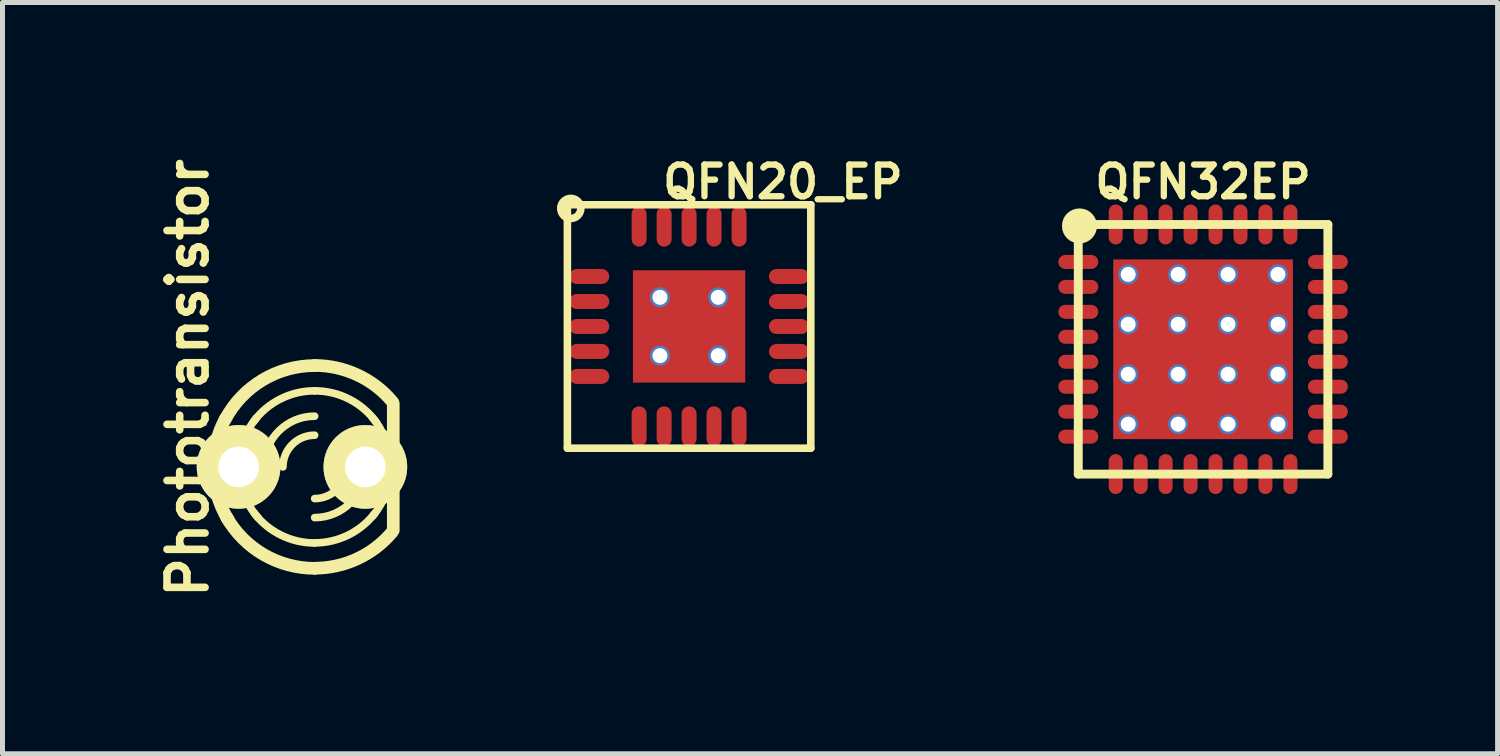
<source format=kicad_pcb>
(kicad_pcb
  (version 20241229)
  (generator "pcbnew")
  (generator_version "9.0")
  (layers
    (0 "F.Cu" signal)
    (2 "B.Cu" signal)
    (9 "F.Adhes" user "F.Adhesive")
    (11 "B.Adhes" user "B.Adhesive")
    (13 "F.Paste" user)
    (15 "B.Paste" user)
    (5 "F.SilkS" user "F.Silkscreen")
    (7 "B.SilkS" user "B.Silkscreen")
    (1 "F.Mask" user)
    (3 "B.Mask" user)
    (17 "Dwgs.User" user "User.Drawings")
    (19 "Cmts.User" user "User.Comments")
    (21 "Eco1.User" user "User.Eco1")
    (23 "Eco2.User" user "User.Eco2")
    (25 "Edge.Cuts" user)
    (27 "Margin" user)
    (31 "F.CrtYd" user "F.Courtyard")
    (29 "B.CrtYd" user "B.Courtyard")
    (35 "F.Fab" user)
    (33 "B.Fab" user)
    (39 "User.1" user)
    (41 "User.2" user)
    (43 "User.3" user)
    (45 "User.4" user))
  (footprint "QFN32EP"
    (layer "F.Cu")
    (at 21.05 3.947)
    (property "Reference" "QFN32EP" (at 0 -3.353 0) (layer "F.SilkS") (effects (font (size 0.635 0.635) (thickness 0.127))))
    (attr smd)
    (fp_line (start -2.5 -2.5) (end 2.5 -2.5) (stroke (width 0.178) (type solid)) (layer "F.SilkS"))
    (fp_line (start -2.5 2.5) (end -2.5 -2.5) (stroke (width 0.178) (type solid)) (layer "F.SilkS"))
    (fp_line (start 2.5 -2.5) (end 2.5 2.5) (stroke (width 0.178) (type solid)) (layer "F.SilkS"))
    (fp_line (start 2.5 2.5) (end -2.5 2.5) (stroke (width 0.178) (type solid)) (layer "F.SilkS"))
    (fp_circle (center -2.476 -2.471) (end -2.476 -2.27) (stroke (width 0.3) (type solid)) (fill no) (layer "F.SilkS"))
    (pad "" smd circle (at -1 -1 270) (size 0.762 0.762) (layers "F.Paste"))
    (pad "" smd circle (at -1 0 270) (size 0.762 0.762) (layers "F.Paste"))
    (pad "" smd circle (at -1 1 270) (size 0.762 0.762) (layers "F.Paste"))
    (pad "" smd circle (at 0 -1 270) (size 0.762 0.762) (layers "F.Paste"))
    (pad "" smd circle (at 0 0 270) (size 0.762 0.762) (layers "F.Paste"))
    (pad "" smd circle (at 0 1 270) (size 0.762 0.762) (layers "F.Paste"))
    (pad "" smd circle (at 1 -1 270) (size 0.762 0.762) (layers "F.Paste"))
    (pad "" smd circle (at 1 0 270) (size 0.762 0.762) (layers "F.Paste"))
    (pad "" smd circle (at 1 1 270) (size 0.762 0.762) (layers "F.Paste"))
    (pad "1" smd oval (at -2.5 -1.75) (size 0.8 0.28) (layers "F.Cu" "F.Mask" "F.Paste"))
    (pad "2" smd oval (at -2.5 -1.25) (size 0.8 0.28) (layers "F.Cu" "F.Mask" "F.Paste"))
    (pad "3" smd oval (at -2.5 -0.75) (size 0.8 0.28) (layers "F.Cu" "F.Mask" "F.Paste"))
    (pad "4" smd oval (at -2.5 -0.25) (size 0.8 0.28) (layers "F.Cu" "F.Mask" "F.Paste"))
    (pad "5" smd oval (at -2.5 0.25) (size 0.8 0.28) (layers "F.Cu" "F.Mask" "F.Paste"))
    (pad "6" smd oval (at -2.5 0.75) (size 0.8 0.28) (layers "F.Cu" "F.Mask" "F.Paste"))
    (pad "7" smd oval (at -2.5 1.25) (size 0.8 0.28) (layers "F.Cu" "F.Mask" "F.Paste"))
    (pad "8" smd oval (at -2.5 1.75) (size 0.8 0.28) (layers "F.Cu" "F.Mask" "F.Paste"))
    (pad "9" smd oval (at -1.75 2.5 90) (size 0.8 0.28) (layers "F.Cu" "F.Mask" "F.Paste"))
    (pad "10" smd oval (at -1.25 2.5 90) (size 0.8 0.28) (layers "F.Cu" "F.Mask" "F.Paste"))
    (pad "11" smd oval (at -0.75 2.5 90) (size 0.8 0.28) (layers "F.Cu" "F.Mask" "F.Paste"))
    (pad "12" smd oval (at -0.25 2.5 90) (size 0.8 0.28) (layers "F.Cu" "F.Mask" "F.Paste"))
    (pad "13" smd oval (at 0.25 2.5 90) (size 0.8 0.28) (layers "F.Cu" "F.Mask" "F.Paste"))
    (pad "14" smd oval (at 0.75 2.5 90) (size 0.8 0.28) (layers "F.Cu" "F.Mask" "F.Paste"))
    (pad "15" smd oval (at 1.25 2.5 90) (size 0.8 0.28) (layers "F.Cu" "F.Mask" "F.Paste"))
    (pad "16" smd oval (at 1.75 2.5 90) (size 0.8 0.28) (layers "F.Cu" "F.Mask" "F.Paste"))
    (pad "17" smd oval (at 2.5 1.75 180) (size 0.8 0.28) (layers "F.Cu" "F.Mask" "F.Paste"))
    (pad "18" smd oval (at 2.5 1.25 180) (size 0.8 0.28) (layers "F.Cu" "F.Mask" "F.Paste"))
    (pad "19" smd oval (at 2.5 0.75 180) (size 0.8 0.28) (layers "F.Cu" "F.Mask" "F.Paste"))
    (pad "20" smd oval (at 2.5 0.25 180) (size 0.8 0.28) (layers "F.Cu" "F.Mask" "F.Paste"))
    (pad "21" smd oval (at 2.5 -0.25 180) (size 0.8 0.28) (layers "F.Cu" "F.Mask" "F.Paste"))
    (pad "22" smd oval (at 2.5 -0.75 180) (size 0.8 0.28) (layers "F.Cu" "F.Mask" "F.Paste"))
    (pad "23" smd oval (at 2.5 -1.25 180) (size 0.8 0.28) (layers "F.Cu" "F.Mask" "F.Paste"))
    (pad "24" smd oval (at 2.5 -1.75 180) (size 0.8 0.28) (layers "F.Cu" "F.Mask" "F.Paste"))
    (pad "25" smd oval (at 1.75 -2.5 270) (size 0.8 0.28) (layers "F.Cu" "F.Mask" "F.Paste"))
    (pad "26" smd oval (at 1.25 -2.5 270) (size 0.8 0.28) (layers "F.Cu" "F.Mask" "F.Paste"))
    (pad "27" smd oval (at 0.75 -2.5 270) (size 0.8 0.28) (layers "F.Cu" "F.Mask" "F.Paste"))
    (pad "28" smd oval (at 0.25 -2.5 270) (size 0.8 0.28) (layers "F.Cu" "F.Mask" "F.Paste"))
    (pad "29" smd oval (at -0.25 -2.5 270) (size 0.8 0.28) (layers "F.Cu" "F.Mask" "F.Paste"))
    (pad "30" smd oval (at -0.75 -2.5 270) (size 0.8 0.28) (layers "F.Cu" "F.Mask" "F.Paste"))
    (pad "31" smd oval (at -1.25 -2.5 270) (size 0.8 0.28) (layers "F.Cu" "F.Mask" "F.Paste"))
    (pad "32" smd oval (at -1.75 -2.5 270) (size 0.8 0.28) (layers "F.Cu" "F.Mask" "F.Paste"))
    (pad "EP" thru_hole circle (at -1.5 -1.5 90) (size 0.399 0.399) (drill 0.3) (layers "*.Cu"))
    (pad "EP" thru_hole circle (at -1.5 -0.5 90) (size 0.399 0.399) (drill 0.3) (layers "*.Cu"))
    (pad "EP" thru_hole circle (at -1.5 0.5 90) (size 0.399 0.399) (drill 0.3) (layers "*.Cu"))
    (pad "EP" thru_hole circle (at -1.5 1.5 90) (size 0.399 0.399) (drill 0.3) (layers "*.Cu"))
    (pad "EP" thru_hole circle (at -0.5 -1.5 90) (size 0.399 0.399) (drill 0.3) (layers "*.Cu"))
    (pad "EP" thru_hole circle (at -0.5 -0.5 90) (size 0.399 0.399) (drill 0.3) (layers "*.Cu"))
    (pad "EP" thru_hole circle (at -0.5 0.5 90) (size 0.399 0.399) (drill 0.3) (layers "*.Cu"))
    (pad "EP" thru_hole circle (at -0.5 1.5 90) (size 0.399 0.399) (drill 0.3) (layers "*.Cu"))
    (pad "EP" smd rect (at 0 0 270) (size 3.6 3.6) (layers "F.Cu" "F.Mask"))
    (pad "EP" thru_hole circle (at 0.5 -1.5 90) (size 0.399 0.399) (drill 0.3) (layers "*.Cu"))
    (pad "EP" thru_hole circle (at 0.5 -0.5 90) (size 0.399 0.399) (drill 0.3) (layers "*.Cu"))
    (pad "EP" thru_hole circle (at 0.5 0.5 90) (size 0.399 0.399) (drill 0.3) (layers "*.Cu"))
    (pad "EP" thru_hole circle (at 0.5 1.5 90) (size 0.399 0.399) (drill 0.3) (layers "*.Cu"))
    (pad "EP" thru_hole circle (at 1.5 -1.5 90) (size 0.399 0.399) (drill 0.3) (layers "*.Cu"))
    (pad "EP" thru_hole circle (at 1.5 -0.5 90) (size 0.399 0.399) (drill 0.3) (layers "*.Cu"))
    (pad "EP" thru_hole circle (at 1.5 0.5 90) (size 0.399 0.399) (drill 0.3) (layers "*.Cu"))
    (pad "EP" thru_hole circle (at 1.5 1.5 90) (size 0.399 0.399) (drill 0.3) (layers "*.Cu")))
  (footprint "Phototransistor"
    (layer "F.Cu")
    (at 2.999 6.303)
    (property "Reference" "Phototransistor" (at -2.286 -1.778 90) (layer "F.SilkS") (effects (font (size 0.762 0.762) (thickness 0.152))))
    (attr through_hole)
    (fp_line (start 1.829 1.27) (end 1.829 -1.27) (stroke (width 0.254) (type solid)) (layer "F.SilkS"))
    (fp_arc (start -1.778 0) (mid -1.716347 -0.496745) (end -1.53513 -0.963347) (stroke (width 0.254) (type solid)) (layer "F.SilkS"))
    (fp_arc (start -1.5367 -0.95504) (mid -0.790567 -1.739997) (end 0.253025 -2.02946) (stroke (width 0.254) (type solid)) (layer "F.SilkS"))
    (fp_arc (start -1.47574 1.06426) (mid -1.700164 0.553076) (end -1.776923 0.0001) (stroke (width 0.254) (type solid)) (layer "F.SilkS"))
    (fp_arc (start -1.27 0) (mid -1.178999 -0.518738) (end -0.916864 -0.975527) (stroke (width 0.1524) (type solid)) (layer "F.SilkS"))
    (fp_arc (start -0.9652 -0.9144) (mid -0.427912 -1.362928) (end 0.253199 -1.524) (stroke (width 0.1524) (type solid)) (layer "F.SilkS"))
    (fp_arc (start -0.88392 1.01092) (mid -1.168742 0.540951) (end -1.268111 0.000469) (stroke (width 0.1524) (type solid)) (layer "F.SilkS"))
    (fp_arc (start -0.762 0) (mid -0.46442 -0.71842) (end 0.254 -1.016) (stroke (width 0.1524) (type solid)) (layer "F.SilkS"))
    (fp_arc (start -0.381 0) (mid -0.195013 -0.449013) (end 0.254 -0.635) (stroke (width 0.1524) (type solid)) (layer "F.SilkS"))
    (fp_arc (start 0.254 -2.032) (mid 1.114367 -1.840867) (end 1.81288 -1.303426) (stroke (width 0.254) (type solid)) (layer "F.SilkS"))
    (fp_arc (start 0.254 -1.524) (mid 0.950618 -1.35547) (end 1.493166 -0.887155) (stroke (width 0.1524) (type solid)) (layer "F.SilkS"))
    (fp_arc (start 0.254 1.524) (mid -0.415273 1.369179) (end -0.948564 0.936171) (stroke (width 0.1524) (type solid)) (layer "F.SilkS"))
    (fp_arc (start 0.254 2.032) (mid -0.76507 1.757988) (end -1.509299 1.009851) (stroke (width 0.254) (type solid)) (layer "F.SilkS"))
    (fp_arc (start 0.889 0) (mid 0.703013 0.449013) (end 0.254 0.635) (stroke (width 0.1524) (type solid)) (layer "F.SilkS"))
    (fp_arc (start 1.27 0) (mid 0.97242 0.71842) (end 0.254 1.016) (stroke (width 0.1524) (type solid)) (layer "F.SilkS"))
    (fp_arc (start 1.4097 -0.9906) (mid 1.681593 -0.528119) (end 1.776147 -0.000034) (stroke (width 0.1524) (type solid)) (layer "F.SilkS"))
    (fp_arc (start 1.45542 0.93472) (mid 0.922882 1.367373) (end 0.254442 1.522206) (stroke (width 0.1524) (type solid)) (layer "F.SilkS"))
    (fp_arc (start 1.778 0) (mid 1.686999 0.518738) (end 1.424864 0.975527) (stroke (width 0.1524) (type solid)) (layer "F.SilkS"))
    (fp_arc (start 1.8034 1.31064) (mid 1.109154 1.840416) (end 0.256552 2.029387) (stroke (width 0.254) (type solid)) (layer "F.SilkS"))
    (pad "C" thru_hole circle (at -1.27 0) (size 1.676 1.676) (drill 0.813) (layers "*.Cu" "*.Mask" "F.SilkS"))
    (pad "E" thru_hole circle (at 1.27 0) (size 1.676 1.676) (drill 0.813) (layers "*.Cu" "*.Mask" "F.SilkS")))
  (footprint "QFN20_EP"
    (layer "F.Cu")
    (at 10.754 3.49)
    (property "Reference" "QFN20_EP" (at 1.88 -2.896 0) (layer "F.SilkS") (effects (font (size 0.635 0.635) (thickness 0.127))))
    (attr smd)
    (fp_line (start -2.438 -2.438) (end -2.438 2.438) (stroke (width 0.152) (type solid)) (layer "F.SilkS"))
    (fp_line (start -2.438 2.438) (end 2.438 2.438) (stroke (width 0.152) (type solid)) (layer "F.SilkS"))
    (fp_line (start 2.438 -2.438) (end -2.438 -2.438) (stroke (width 0.152) (type solid)) (layer "F.SilkS"))
    (fp_line (start 2.438 2.438) (end 2.438 -2.438) (stroke (width 0.152) (type solid)) (layer "F.SilkS"))
    (fp_circle (center -2.37 -2.365) (end -2.37 -2.164) (stroke (width 0.152) (type solid)) (fill no) (layer "F.SilkS"))
    (pad "" smd circle (at -0.856 0.843 270) (size 0.559 0.559) (layers "F.Paste"))
    (pad "" smd circle (at -0.846 -0.843 270) (size 0.559 0.559) (layers "F.Paste"))
    (pad "" smd circle (at -0.84 0 270) (size 0.559 0.559) (layers "F.Paste"))
    (pad "" smd circle (at 0 -0.84 270) (size 0.559 0.559) (layers "F.Paste"))
    (pad "" smd circle (at 0 0 270) (size 0.61 0.61) (layers "F.Paste"))
    (pad "" smd circle (at 0.01 0.84 270) (size 0.559 0.559) (layers "F.Paste"))
    (pad "" smd circle (at 0.84 0 270) (size 0.559 0.559) (layers "F.Paste"))
    (pad "" smd circle (at 0.846 -0.848 270) (size 0.559 0.559) (layers "F.Paste"))
    (pad "" smd circle (at 0.846 0.843 270) (size 0.559 0.559) (layers "F.Paste"))
    (pad "1" smd oval (at -2 -1.001) (size 0.8 0.3) (layers "F.Cu" "F.Mask" "F.Paste"))
    (pad "2" smd oval (at -2 -0.5) (size 0.8 0.3) (layers "F.Cu" "F.Mask" "F.Paste"))
    (pad "3" smd oval (at -2 0) (size 0.8 0.3) (layers "F.Cu" "F.Mask" "F.Paste"))
    (pad "4" smd oval (at -2 0.5) (size 0.8 0.3) (layers "F.Cu" "F.Mask" "F.Paste"))
    (pad "5" smd oval (at -2 1.001) (size 0.8 0.3) (layers "F.Cu" "F.Mask" "F.Paste"))
    (pad "6" smd oval (at -1.001 2 90) (size 0.8 0.3) (layers "F.Cu" "F.Mask" "F.Paste"))
    (pad "7" smd oval (at -0.5 2 90) (size 0.8 0.3) (layers "F.Cu" "F.Mask" "F.Paste"))
    (pad "8" smd oval (at 0 2 90) (size 0.8 0.3) (layers "F.Cu" "F.Mask" "F.Paste"))
    (pad "9" smd oval (at 0.5 2 90) (size 0.8 0.3) (layers "F.Cu" "F.Mask" "F.Paste"))
    (pad "10" smd oval (at 1.001 2 90) (size 0.8 0.3) (layers "F.Cu" "F.Mask" "F.Paste"))
    (pad "11" smd oval (at 2 1.001 180) (size 0.8 0.3) (layers "F.Cu" "F.Mask" "F.Paste"))
    (pad "12" smd oval (at 2 0.5 180) (size 0.8 0.3) (layers "F.Cu" "F.Mask" "F.Paste"))
    (pad "13" smd oval (at 2 0 180) (size 0.8 0.3) (layers "F.Cu" "F.Mask" "F.Paste"))
    (pad "14" smd oval (at 2 -0.5 180) (size 0.8 0.3) (layers "F.Cu" "F.Mask" "F.Paste"))
    (pad "15" smd oval (at 2 -1.001 180) (size 0.8 0.3) (layers "F.Cu" "F.Mask" "F.Paste"))
    (pad "16" smd oval (at 1.001 -2 270) (size 0.8 0.3) (layers "F.Cu" "F.Mask" "F.Paste"))
    (pad "17" smd oval (at 0.5 -2 270) (size 0.8 0.3) (layers "F.Cu" "F.Mask" "F.Paste"))
    (pad "18" smd oval (at 0 -2 270) (size 0.8 0.3) (layers "F.Cu" "F.Mask" "F.Paste"))
    (pad "19" smd oval (at -0.5 -2 270) (size 0.8 0.3) (layers "F.Cu" "F.Mask" "F.Paste"))
    (pad "20" smd oval (at -1.001 -2 270) (size 0.8 0.3) (layers "F.Cu" "F.Mask" "F.Paste"))
    (pad "EP" thru_hole circle (at -0.584 -0.584 90) (size 0.399 0.399) (drill 0.3) (layers "*.Cu"))
    (pad "EP" thru_hole circle (at -0.584 0.584 90) (size 0.399 0.399) (drill 0.3) (layers "*.Cu"))
    (pad "EP" smd rect (at 0 0 270) (size 2.25 2.25) (layers "F.Cu" "F.Mask"))
    (pad "EP" thru_hole circle (at 0.584 -0.584 90) (size 0.399 0.399) (drill 0.3) (layers "*.Cu"))
    (pad "EP" thru_hole circle (at 0.584 0.584 90) (size 0.399 0.399) (drill 0.3) (layers "*.Cu")))
  (gr_rect
    (start -3 -3)
    (end 26.95 12.05)
    (stroke (width 0.1) (type default))
    (fill no)
    (layer "Edge.Cuts")))
</source>
